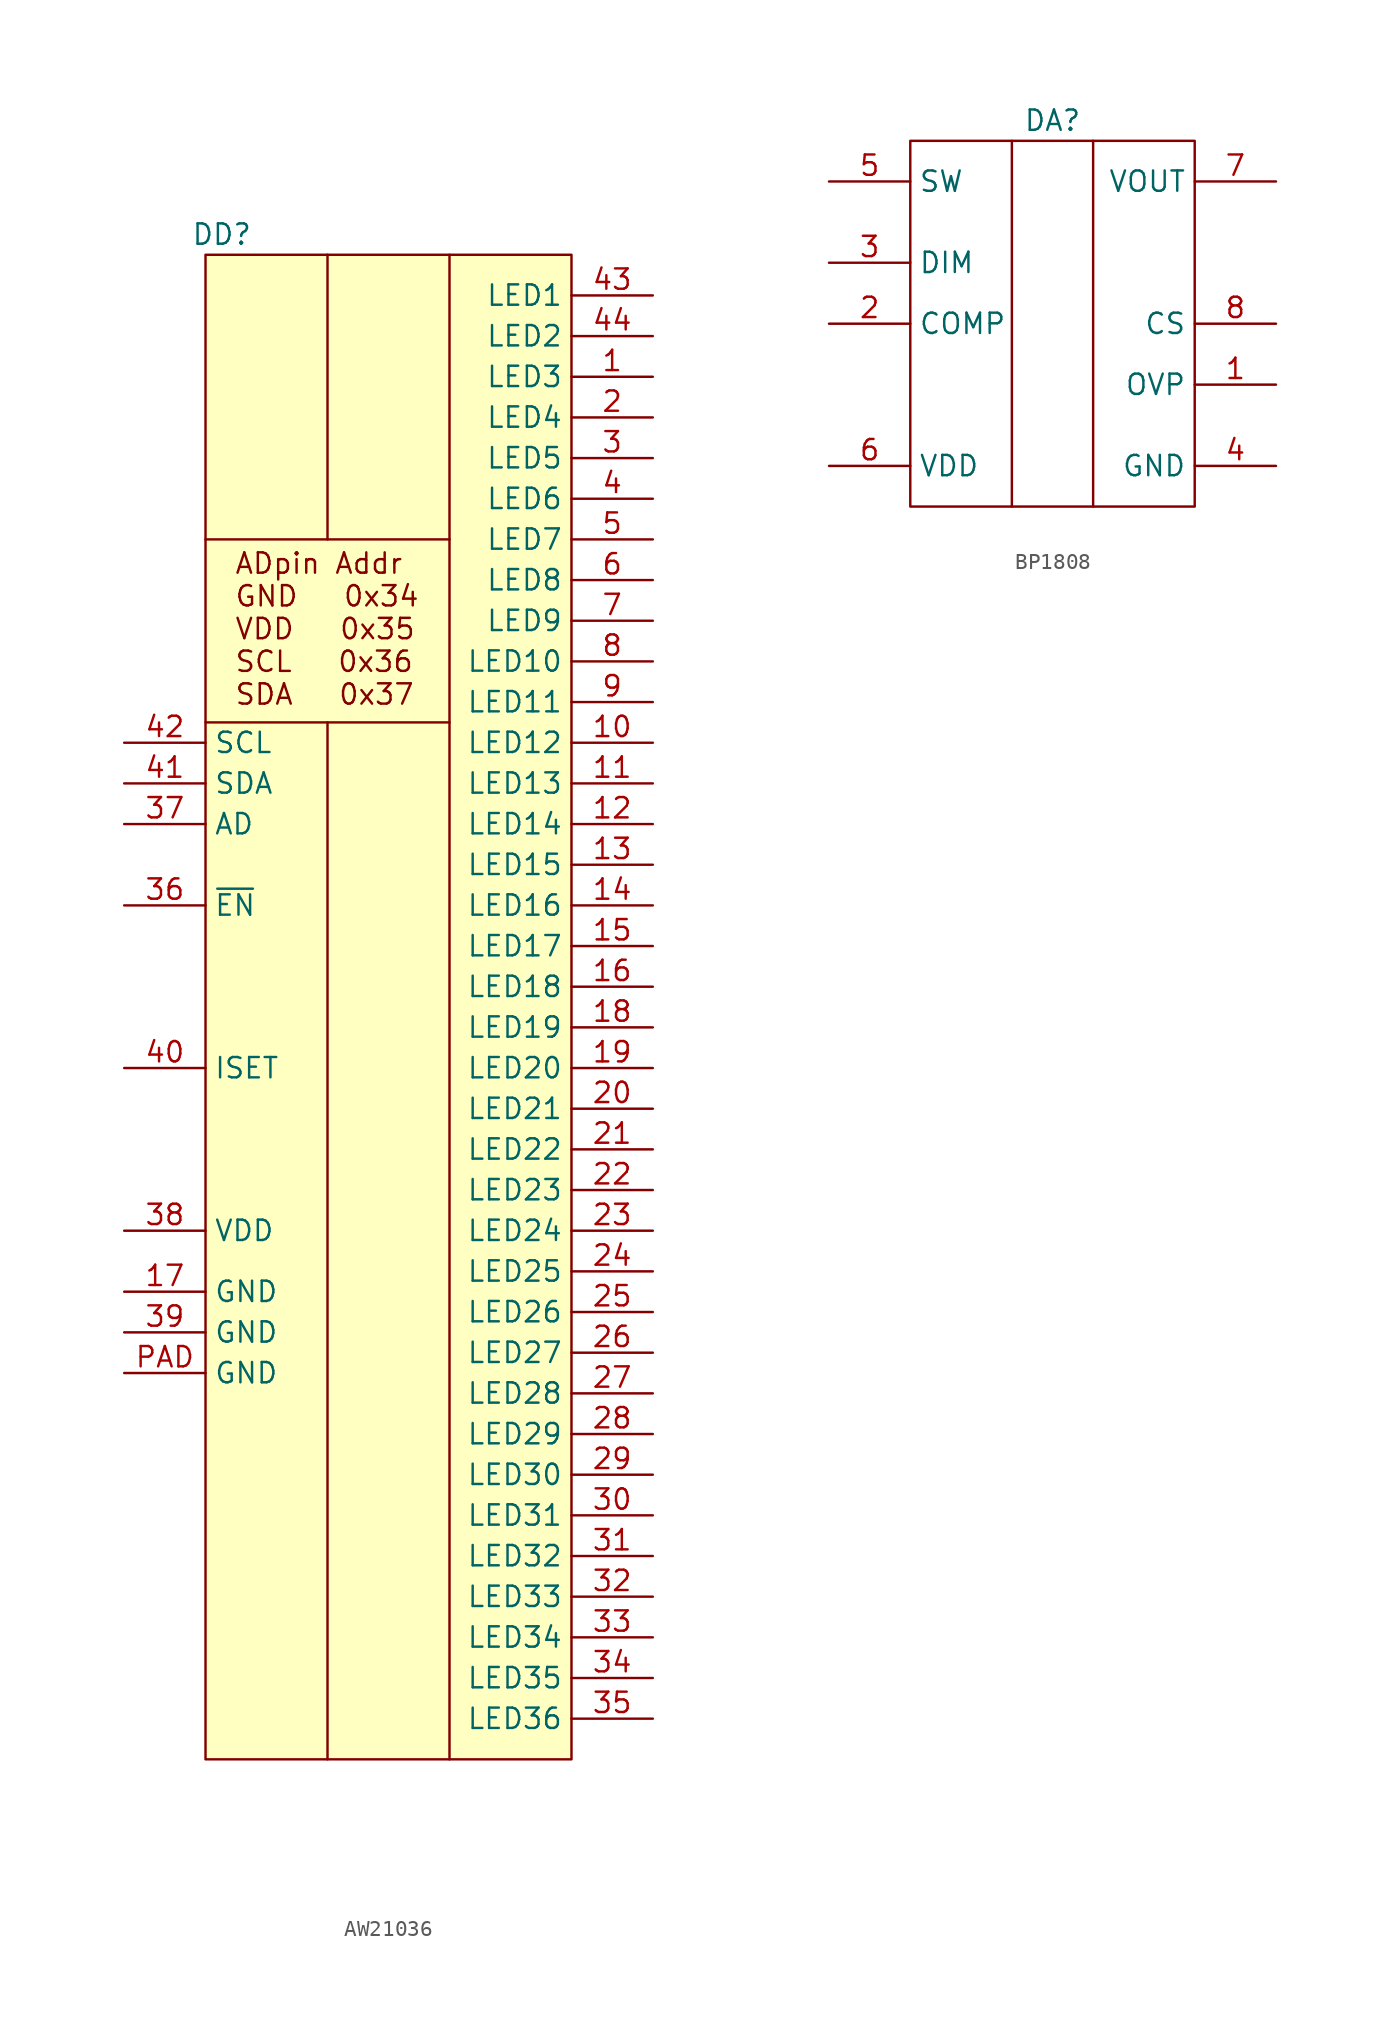
<source format=kicad_sym>
(kicad_symbol_lib
  (version 20231120)
  (generator "kicad_symbol_editor")
  (generator_version "8.0")
  (symbol "AW21036"
    (property "Reference" "DD"
      (at -10.414 46.99 0)
      (effects (font (size 1.27 1.27))))
    (property "Value" ""
      (at 0 0 0)
      (effects (font (size 1.27 1.27))))
    (symbol "AW21036_0_1"
      (polyline (pts (xy -3.81 16.51) (xy -3.81 -48.26)) (stroke (width 0) (type default)) (fill (type none)))
      (polyline (pts (xy 3.81 -48.26) (xy 3.81 45.72)) (stroke (width 0) (type default)) (fill (type none))))
    (symbol "AW21036_1_0"
      (pin passive line (at 16.51 15.24 180) (length 5.08) (name "LED12" (effects (font (size 1.27 1.27)))) (number "10" (effects (font (size 1.27 1.27)))))
      (pin passive line (at 16.51 12.7 180) (length 5.08) (name "LED13" (effects (font (size 1.27 1.27)))) (number "11" (effects (font (size 1.27 1.27)))))
      (pin passive line (at 16.51 10.16 180) (length 5.08) (name "LED14" (effects (font (size 1.27 1.27)))) (number "12" (effects (font (size 1.27 1.27)))))
      (pin passive line (at 16.51 7.62 180) (length 5.08) (name "LED15" (effects (font (size 1.27 1.27)))) (number "13" (effects (font (size 1.27 1.27)))))
      (pin passive line (at 16.51 5.08 180) (length 5.08) (name "LED16" (effects (font (size 1.27 1.27)))) (number "14" (effects (font (size 1.27 1.27)))))
      (pin passive line (at 16.51 2.54 180) (length 5.08) (name "LED17" (effects (font (size 1.27 1.27)))) (number "15" (effects (font (size 1.27 1.27)))))
      (pin passive line (at 16.51 0 180) (length 5.08) (name "LED18" (effects (font (size 1.27 1.27)))) (number "16" (effects (font (size 1.27 1.27)))))
      (pin passive line (at 16.51 -2.54 180) (length 5.08) (name "LED19" (effects (font (size 1.27 1.27)))) (number "18" (effects (font (size 1.27 1.27)))))
      (pin passive line (at 16.51 -5.08 180) (length 5.08) (name "LED20" (effects (font (size 1.27 1.27)))) (number "19" (effects (font (size 1.27 1.27)))))
      (pin passive line (at 16.51 -7.62 180) (length 5.08) (name "LED21" (effects (font (size 1.27 1.27)))) (number "20" (effects (font (size 1.27 1.27)))))
      (pin passive line (at 16.51 -10.16 180) (length 5.08) (name "LED22" (effects (font (size 1.27 1.27)))) (number "21" (effects (font (size 1.27 1.27)))))
      (pin passive line (at 16.51 -12.7 180) (length 5.08) (name "LED23" (effects (font (size 1.27 1.27)))) (number "22" (effects (font (size 1.27 1.27)))))
      (pin passive line (at 16.51 -15.24 180) (length 5.08) (name "LED24" (effects (font (size 1.27 1.27)))) (number "23" (effects (font (size 1.27 1.27)))))
      (pin passive line (at 16.51 -17.78 180) (length 5.08) (name "LED25" (effects (font (size 1.27 1.27)))) (number "24" (effects (font (size 1.27 1.27)))))
      (pin passive line (at 16.51 -20.32 180) (length 5.08) (name "LED26" (effects (font (size 1.27 1.27)))) (number "25" (effects (font (size 1.27 1.27)))))
      (pin passive line (at 16.51 -22.86 180) (length 5.08) (name "LED27" (effects (font (size 1.27 1.27)))) (number "26" (effects (font (size 1.27 1.27)))))
      (pin passive line (at 16.51 -25.4 180) (length 5.08) (name "LED28" (effects (font (size 1.27 1.27)))) (number "27" (effects (font (size 1.27 1.27)))))
      (pin passive line (at 16.51 -27.94 180) (length 5.08) (name "LED29" (effects (font (size 1.27 1.27)))) (number "28" (effects (font (size 1.27 1.27)))))
      (pin passive line (at 16.51 -30.48 180) (length 5.08) (name "LED30" (effects (font (size 1.27 1.27)))) (number "29" (effects (font (size 1.27 1.27)))))
      (pin passive line (at 16.51 -33.02 180) (length 5.08) (name "LED31" (effects (font (size 1.27 1.27)))) (number "30" (effects (font (size 1.27 1.27)))))
      (pin passive line (at 16.51 -35.56 180) (length 5.08) (name "LED32" (effects (font (size 1.27 1.27)))) (number "31" (effects (font (size 1.27 1.27)))))
      (pin passive line (at 16.51 -38.1 180) (length 5.08) (name "LED33" (effects (font (size 1.27 1.27)))) (number "32" (effects (font (size 1.27 1.27)))))
      (pin passive line (at 16.51 -40.64 180) (length 5.08) (name "LED34" (effects (font (size 1.27 1.27)))) (number "33" (effects (font (size 1.27 1.27)))))
      (pin passive line (at 16.51 -43.18 180) (length 5.08) (name "LED35" (effects (font (size 1.27 1.27)))) (number "34" (effects (font (size 1.27 1.27)))))
      (pin passive line (at 16.51 -45.72 180) (length 5.08) (name "LED36" (effects (font (size 1.27 1.27)))) (number "35" (effects (font (size 1.27 1.27)))))
      (pin passive line (at 16.51 22.86 180) (length 5.08) (name "LED9" (effects (font (size 1.27 1.27)))) (number "7" (effects (font (size 1.27 1.27)))))
      (pin passive line (at 16.51 20.32 180) (length 5.08) (name "LED10" (effects (font (size 1.27 1.27)))) (number "8" (effects (font (size 1.27 1.27)))))
      (pin passive line (at 16.51 17.78 180) (length 5.08) (name "LED11" (effects (font (size 1.27 1.27)))) (number "9" (effects (font (size 1.27 1.27))))))
    (symbol "AW21036_1_1"
      (rectangle (start -11.43 45.72) (end 11.43 -48.26) (stroke (width 0) (type default)) (fill (type background)))
      (polyline (pts (xy -11.43 16.51) (xy 3.81 16.51)) (stroke (width 0) (type default)) (fill (type none)))
      (polyline (pts (xy -11.43 27.94) (xy 3.81 27.94)) (stroke (width 0) (type default)) (fill (type none)))
      (polyline (pts (xy -3.81 27.94) (xy -3.81 45.72)) (stroke (width 0) (type default)) (fill (type none)))
      (text "ADpin Addr\nGND   0x34\nVDD   0x35\nSCL   0x36\nSDA   0x37" (at -9.652 22.352 0) (effects (font (size 1.27 1.27)) (justify left)))
      (pin passive line (at 16.51 38.1 180) (length 5.08) (name "LED3" (effects (font (size 1.27 1.27)))) (number "1" (effects (font (size 1.27 1.27)))))
      (pin power_in line (at -16.51 -19.05 0) (length 5.08) (name "GND" (effects (font (size 1.27 1.27)))) (number "17" (effects (font (size 1.27 1.27)))))
      (pin passive line (at 16.51 35.56 180) (length 5.08) (name "LED4" (effects (font (size 1.27 1.27)))) (number "2" (effects (font (size 1.27 1.27)))))
      (pin passive line (at 16.51 33.02 180) (length 5.08) (name "LED5" (effects (font (size 1.27 1.27)))) (number "3" (effects (font (size 1.27 1.27)))))
      (pin passive line (at -16.51 5.08 0) (length 5.08) (name "~{EN}" (effects (font (size 1.27 1.27)))) (number "36" (effects (font (size 1.27 1.27)))))
      (pin passive line (at -16.51 10.16 0) (length 5.08) (name "AD" (effects (font (size 1.27 1.27)))) (number "37" (effects (font (size 1.27 1.27)))))
      (pin power_in line (at -16.51 -15.24 0) (length 5.08) (name "VDD" (effects (font (size 1.27 1.27)))) (number "38" (effects (font (size 1.27 1.27)))))
      (pin power_in line (at -16.51 -21.59 0) (length 5.08) (name "GND" (effects (font (size 1.27 1.27)))) (number "39" (effects (font (size 1.27 1.27)))))
      (pin passive line (at 16.51 30.48 180) (length 5.08) (name "LED6" (effects (font (size 1.27 1.27)))) (number "4" (effects (font (size 1.27 1.27)))))
      (pin passive line (at -16.51 -5.08 0) (length 5.08) (name "ISET" (effects (font (size 1.27 1.27)))) (number "40" (effects (font (size 1.27 1.27)))))
      (pin passive line (at -16.51 12.7 0) (length 5.08) (name "SDA" (effects (font (size 1.27 1.27)))) (number "41" (effects (font (size 1.27 1.27)))))
      (pin passive line (at -16.51 15.24 0) (length 5.08) (name "SCL" (effects (font (size 1.27 1.27)))) (number "42" (effects (font (size 1.27 1.27)))))
      (pin passive line (at 16.51 43.18 180) (length 5.08) (name "LED1" (effects (font (size 1.27 1.27)))) (number "43" (effects (font (size 1.27 1.27)))))
      (pin passive line (at 16.51 40.64 180) (length 5.08) (name "LED2" (effects (font (size 1.27 1.27)))) (number "44" (effects (font (size 1.27 1.27)))))
      (pin passive line (at 16.51 27.94 180) (length 5.08) (name "LED7" (effects (font (size 1.27 1.27)))) (number "5" (effects (font (size 1.27 1.27)))))
      (pin passive line (at 16.51 25.4 180) (length 5.08) (name "LED8" (effects (font (size 1.27 1.27)))) (number "6" (effects (font (size 1.27 1.27)))))
      (pin power_in line (at -16.51 -24.13 0) (length 5.08) (name "GND" (effects (font (size 1.27 1.27)))) (number "PAD" (effects (font (size 1.27 1.27)))))))
  (symbol "BP1808"
    (property "Reference" "DA"
      (at 0 12.7 0)
      (effects (font (size 1.27 1.27))))
    (property "Value" ""
      (at 0 2.54 0)
      (effects (font (size 1.27 1.27))))
    (symbol "BP1808_0_1"
      (rectangle (start -8.89 11.43) (end 8.89 -11.43) (stroke (width 0) (type default)) (fill (type none)))
      (polyline (pts (xy -2.54 11.43) (xy -2.54 -11.43)) (stroke (width 0) (type default)) (fill (type none)))
      (polyline (pts (xy 2.54 -11.43) (xy 2.54 11.43)) (stroke (width 0) (type default)) (fill (type none))))
    (symbol "BP1808_1_1"
      (pin passive line (at 13.97 -3.81 180) (length 5.08) (name "OVP" (effects (font (size 1.27 1.27)))) (number "1" (effects (font (size 1.27 1.27)))))
      (pin passive line (at -13.97 0 0) (length 5.08) (name "COMP" (effects (font (size 1.27 1.27)))) (number "2" (effects (font (size 1.27 1.27)))))
      (pin passive line (at -13.97 3.81 0) (length 5.08) (name "DIM" (effects (font (size 1.27 1.27)))) (number "3" (effects (font (size 1.27 1.27)))))
      (pin power_in line (at 13.97 -8.89 180) (length 5.08) (name "GND" (effects (font (size 1.27 1.27)))) (number "4" (effects (font (size 1.27 1.27)))))
      (pin passive line (at -13.97 8.89 0) (length 5.08) (name "SW" (effects (font (size 1.27 1.27)))) (number "5" (effects (font (size 1.27 1.27)))))
      (pin passive line (at -13.97 -8.89 0) (length 5.08) (name "VDD" (effects (font (size 1.27 1.27)))) (number "6" (effects (font (size 1.27 1.27)))))
      (pin passive line (at 13.97 8.89 180) (length 5.08) (name "VOUT" (effects (font (size 1.27 1.27)))) (number "7" (effects (font (size 1.27 1.27)))))
      (pin passive line (at 13.97 0 180) (length 5.08) (name "CS" (effects (font (size 1.27 1.27)))) (number "8" (effects (font (size 1.27 1.27))))))))
</source>
